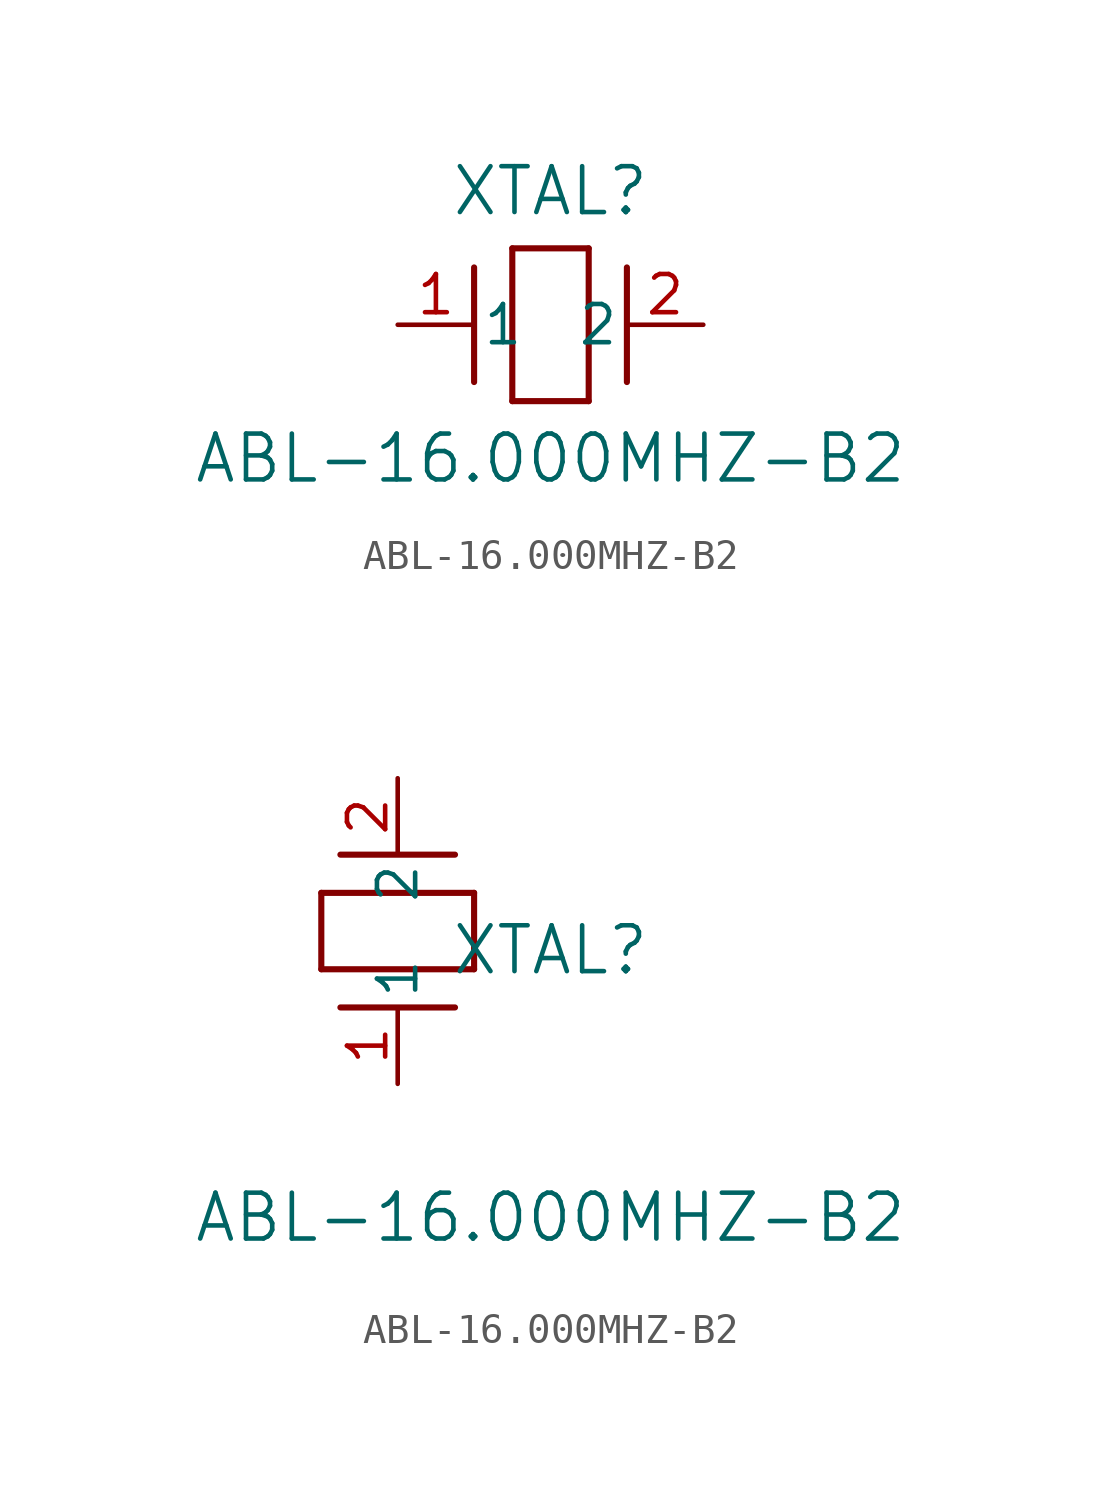
<source format=kicad_sym>
(kicad_symbol_lib
  (version 20241209)
  (generator "kicad_symbol_editor")
  (generator_version "9.0")
  (symbol "ABL-16.000MHZ-B2"
    (pin_names
      (offset 0.254))
    (property "Reference" "XTAL"
      (at 5.08 4.445 0)
      (effects (font (size 1.524 1.524))))
    (property "Value" "ABL-16.000MHZ-B2"
      (at 5.08 -4.445 0)
      (effects (font (size 1.524 1.524))))
    (symbol "ABL-16.000MHZ-B2_1_1"
      (polyline (pts (xy 2.54 -1.905) (xy 2.54 1.905)) (stroke (width 0.203) (type default)) (fill (type none)))
      (polyline (pts (xy 3.81 2.54) (xy 6.35 2.54)) (stroke (width 0.203) (type default)) (fill (type none)))
      (polyline (pts (xy 3.81 -2.54) (xy 3.81 2.54)) (stroke (width 0.203) (type default)) (fill (type none)))
      (polyline (pts (xy 6.35 2.54) (xy 6.35 -2.54)) (stroke (width 0.203) (type default)) (fill (type none)))
      (polyline (pts (xy 6.35 -2.54) (xy 3.81 -2.54)) (stroke (width 0.203) (type default)) (fill (type none)))
      (polyline (pts (xy 7.62 -1.905) (xy 7.62 1.905)) (stroke (width 0.203) (type default)) (fill (type none)))
      (pin unspecified line (at 0 0 0) (length 2.54) (name "1" (effects (font (size 1.27 1.27)))) (number "1" (effects (font (size 1.27 1.27)))))
      (pin unspecified line (at 10.16 0 180) (length 2.54) (name "2" (effects (font (size 1.27 1.27)))) (number "2" (effects (font (size 1.27 1.27))))))
    (symbol "ABL-16.000MHZ-B2_1_2"
      (polyline (pts (xy -2.54 6.35) (xy 2.54 6.35)) (stroke (width 0.203) (type default)) (fill (type none)))
      (polyline (pts (xy -2.54 3.81) (xy -2.54 6.35)) (stroke (width 0.203) (type default)) (fill (type none)))
      (polyline (pts (xy 1.905 7.62) (xy -1.905 7.62)) (stroke (width 0.203) (type default)) (fill (type none)))
      (polyline (pts (xy 1.905 2.54) (xy -1.905 2.54)) (stroke (width 0.203) (type default)) (fill (type none)))
      (polyline (pts (xy 2.54 6.35) (xy 2.54 3.81)) (stroke (width 0.203) (type default)) (fill (type none)))
      (polyline (pts (xy 2.54 3.81) (xy -2.54 3.81)) (stroke (width 0.203) (type default)) (fill (type none)))
      (pin unspecified line (at 0 10.16 270) (length 2.54) (name "2" (effects (font (size 1.27 1.27)))) (number "2" (effects (font (size 1.27 1.27)))))
      (pin unspecified line (at 0 0 90) (length 2.54) (name "1" (effects (font (size 1.27 1.27)))) (number "1" (effects (font (size 1.27 1.27))))))))
</source>
